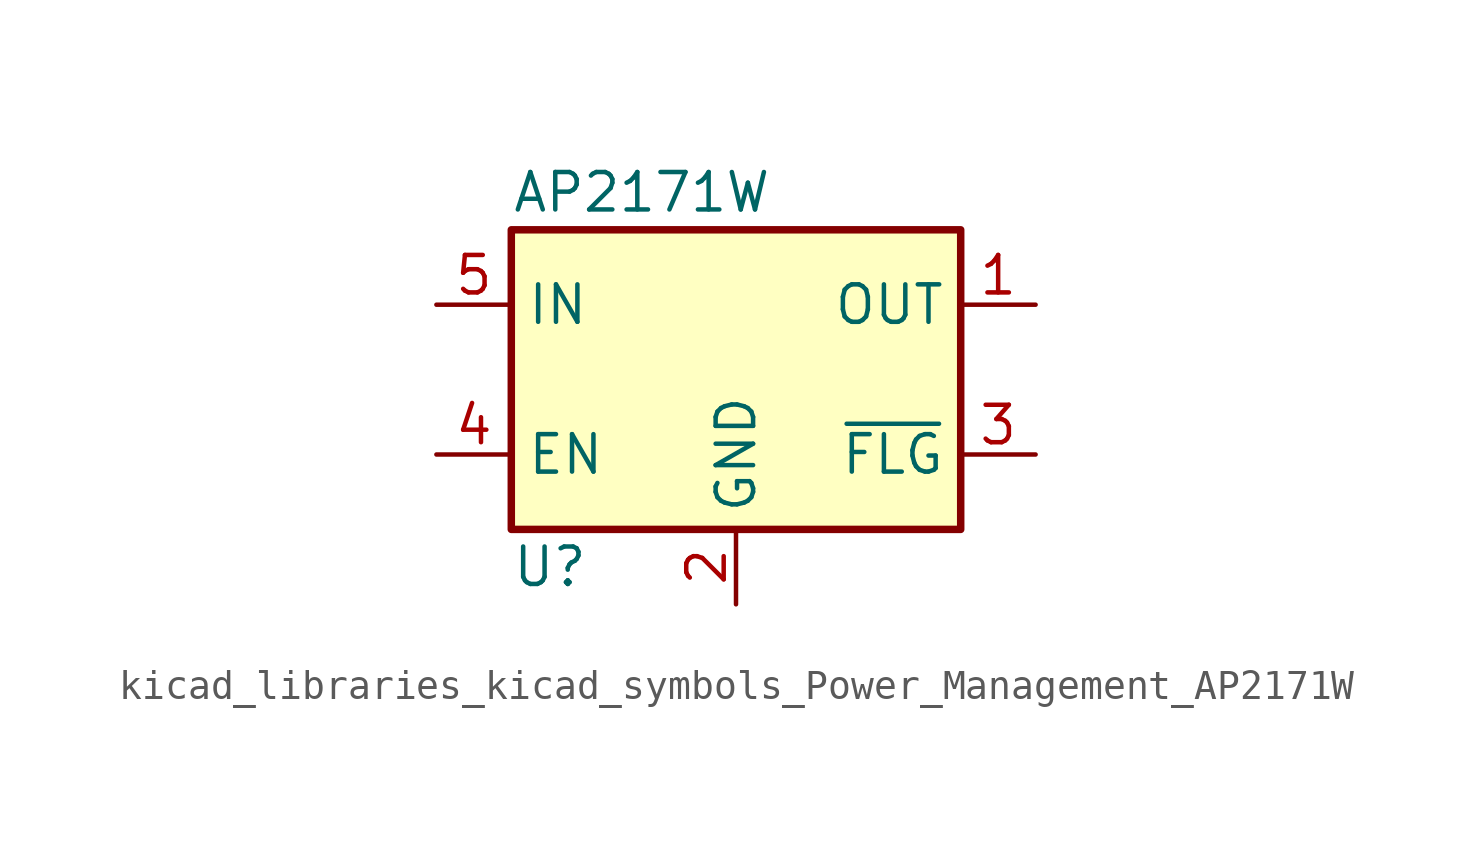
<source format=kicad_sym>
(kicad_symbol_lib
  (version 20220914)
  (generator kicad_symbol_editor)
  (symbol "kicad_libraries_kicad_symbols_Power_Management_AP2171W"
    (property "Reference" "U"
      (at -7.62 -6.35 0)
      (effects (font (size 1.27 1.27)) (justify left)))
    (property "Value" "AP2171W"
      (at -7.62 6.35 0)
      (effects (font (size 1.27 1.27)) (justify left)))
    (symbol "kicad_libraries_kicad_symbols_Power_Management_AP2171W_0_1"
      (rectangle (start -7.62 5.08) (end 7.62 -5.08) (stroke (width 0.254) (type default)) (fill (type background))))
    (symbol "kicad_libraries_kicad_symbols_Power_Management_AP2171W_1_1"
      (pin power_out line (at 10.16 2.54 180) (length 2.54) (name "OUT" (effects (font (size 1.27 1.27)))) (number "1" (effects (font (size 1.27 1.27)))))
      (pin power_in line (at 0 -7.62 90) (length 2.54) (name "GND" (effects (font (size 1.27 1.27)))) (number "2" (effects (font (size 1.27 1.27)))))
      (pin open_collector line (at 10.16 -2.54 180) (length 2.54) (name "~{FLG}" (effects (font (size 1.27 1.27)))) (number "3" (effects (font (size 1.27 1.27)))))
      (pin input line (at -10.16 -2.54 0) (length 2.54) (name "EN" (effects (font (size 1.27 1.27)))) (number "4" (effects (font (size 1.27 1.27)))))
      (pin power_in line (at -10.16 2.54 0) (length 2.54) (name "IN" (effects (font (size 1.27 1.27)))) (number "5" (effects (font (size 1.27 1.27))))))))
</source>
